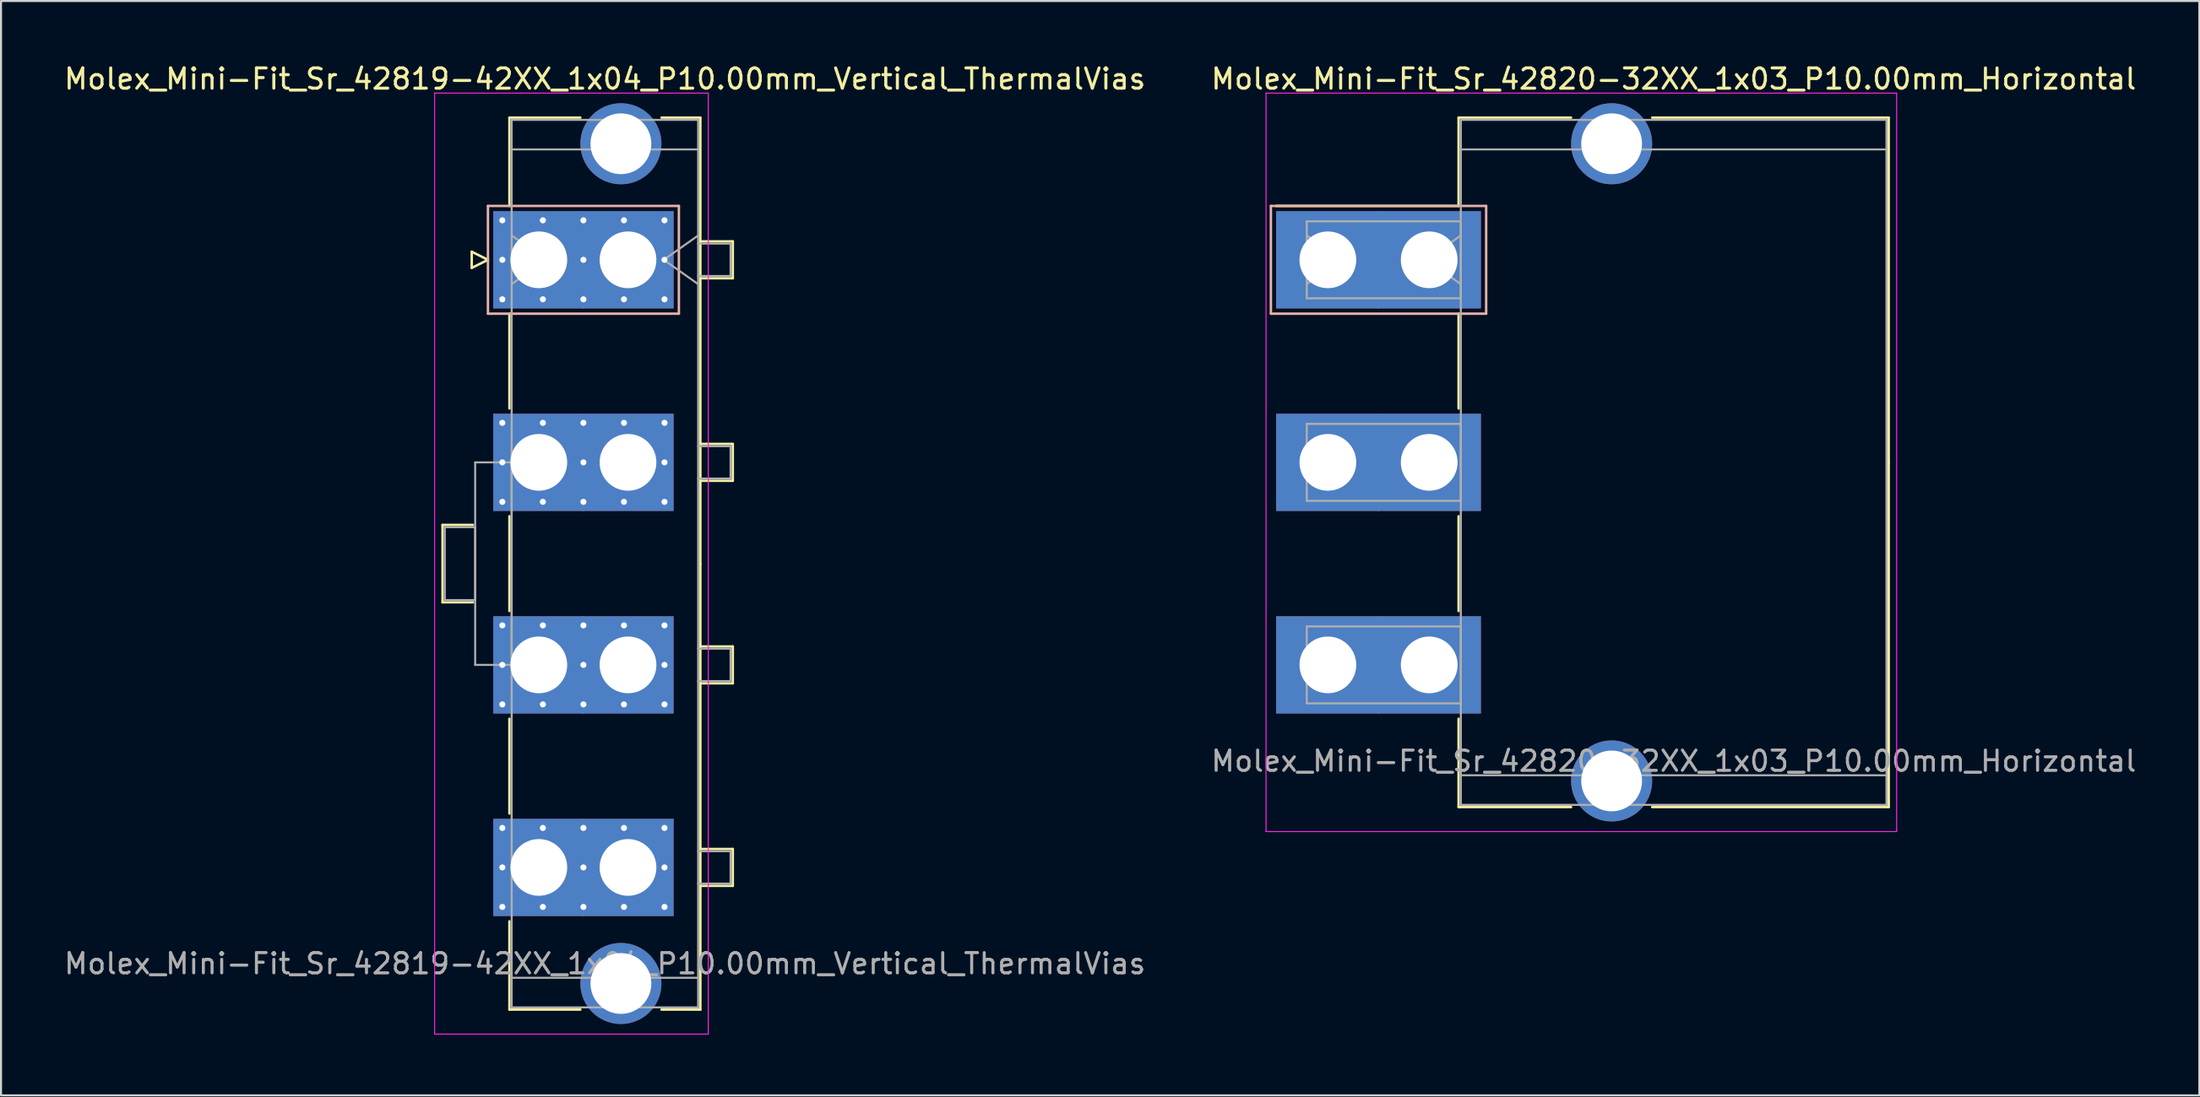
<source format=kicad_pcb>
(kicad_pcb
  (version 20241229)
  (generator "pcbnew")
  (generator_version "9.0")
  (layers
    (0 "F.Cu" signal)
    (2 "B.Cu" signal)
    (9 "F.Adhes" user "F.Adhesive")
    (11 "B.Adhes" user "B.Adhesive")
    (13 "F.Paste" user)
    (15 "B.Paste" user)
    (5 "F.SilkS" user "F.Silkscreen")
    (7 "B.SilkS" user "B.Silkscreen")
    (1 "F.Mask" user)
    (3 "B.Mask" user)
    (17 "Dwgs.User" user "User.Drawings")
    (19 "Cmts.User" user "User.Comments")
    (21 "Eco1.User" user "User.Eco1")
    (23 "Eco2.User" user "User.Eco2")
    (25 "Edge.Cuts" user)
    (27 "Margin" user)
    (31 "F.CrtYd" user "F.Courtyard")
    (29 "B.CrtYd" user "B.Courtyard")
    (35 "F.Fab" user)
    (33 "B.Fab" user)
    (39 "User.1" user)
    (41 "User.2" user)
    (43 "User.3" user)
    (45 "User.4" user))
  (footprint "Molex_Mini-Fit_Sr_42819-42XX_1x04_P10.00mm_Vertical_ThermalVias"
    (layer "F.Cu")
    (at 23.532 9.778)
    (property "Reference" "Molex_Mini-Fit_Sr_42819-42XX_1x04_P10.00mm_Vertical_ThermalVias" (at 3.26 -8.93 0) (layer "F.SilkS") (effects (font (size 1 1) (thickness 0.15))))
    (attr through_hole)
    (fp_line (start -4.75 13.09) (end -4.75 16.91) (stroke (width 0.12) (type solid)) (layer "F.SilkS"))
    (fp_line (start -4.75 16.91) (end -3.25 16.91) (stroke (width 0.12) (type solid)) (layer "F.SilkS"))
    (fp_line (start -3.31 -0.4) (end -3.31 0.4) (stroke (width 0.12) (type solid)) (layer "F.SilkS"))
    (fp_line (start -3.31 0.4) (end -2.51 0) (stroke (width 0.12) (type solid)) (layer "F.SilkS"))
    (fp_line (start -3.25 13.09) (end -4.75 13.09) (stroke (width 0.12) (type solid)) (layer "F.SilkS"))
    (fp_line (start -2.51 0) (end -3.31 -0.4) (stroke (width 0.12) (type solid)) (layer "F.SilkS"))
    (fp_line (start -1.45 -7.02) (end 2.05 -7.02) (stroke (width 0.12) (type solid)) (layer "F.SilkS"))
    (fp_line (start -1.45 -2.66) (end -1.45 -7.02) (stroke (width 0.12) (type solid)) (layer "F.SilkS"))
    (fp_line (start -1.45 2.66) (end -1.45 7.34) (stroke (width 0.12) (type solid)) (layer "F.SilkS"))
    (fp_line (start -1.45 12.66) (end -1.45 17.34) (stroke (width 0.12) (type solid)) (layer "F.SilkS"))
    (fp_line (start -1.45 22.66) (end -1.45 27.34) (stroke (width 0.12) (type solid)) (layer "F.SilkS"))
    (fp_line (start -1.45 32.66) (end -1.45 37.02) (stroke (width 0.12) (type solid)) (layer "F.SilkS"))
    (fp_line (start -1.45 37.02) (end 2.05 37.02) (stroke (width 0.12) (type solid)) (layer "F.SilkS"))
    (fp_line (start 6.05 -7.02) (end 7.97 -7.02) (stroke (width 0.12) (type solid)) (layer "F.SilkS"))
    (fp_line (start 6.05 37.02) (end 7.97 37.02) (stroke (width 0.12) (type solid)) (layer "F.SilkS"))
    (fp_line (start 7.97 -7.02) (end 7.97 15) (stroke (width 0.12) (type solid)) (layer "F.SilkS"))
    (fp_line (start 7.97 -0.91) (end 9.57 -0.91) (stroke (width 0.12) (type solid)) (layer "F.SilkS"))
    (fp_line (start 7.97 9.09) (end 9.57 9.09) (stroke (width 0.12) (type solid)) (layer "F.SilkS"))
    (fp_line (start 7.97 19.09) (end 9.57 19.09) (stroke (width 0.12) (type solid)) (layer "F.SilkS"))
    (fp_line (start 7.97 29.09) (end 9.57 29.09) (stroke (width 0.12) (type solid)) (layer "F.SilkS"))
    (fp_line (start 7.97 37.02) (end 7.97 15) (stroke (width 0.12) (type solid)) (layer "F.SilkS"))
    (fp_line (start 9.57 -0.91) (end 9.57 0.91) (stroke (width 0.12) (type solid)) (layer "F.SilkS"))
    (fp_line (start 9.57 0.91) (end 7.97 0.91) (stroke (width 0.12) (type solid)) (layer "F.SilkS"))
    (fp_line (start 9.57 9.09) (end 9.57 10.91) (stroke (width 0.12) (type solid)) (layer "F.SilkS"))
    (fp_line (start 9.57 10.91) (end 7.97 10.91) (stroke (width 0.12) (type solid)) (layer "F.SilkS"))
    (fp_line (start 9.57 19.09) (end 9.57 20.91) (stroke (width 0.12) (type solid)) (layer "F.SilkS"))
    (fp_line (start 9.57 20.91) (end 7.97 20.91) (stroke (width 0.12) (type solid)) (layer "F.SilkS"))
    (fp_line (start 9.57 29.09) (end 9.57 30.91) (stroke (width 0.12) (type solid)) (layer "F.SilkS"))
    (fp_line (start 9.57 30.91) (end 7.97 30.91) (stroke (width 0.12) (type solid)) (layer "F.SilkS"))
    (fp_line (start -2.51 -2.66) (end -2.51 2.66) (stroke (width 0.12) (type solid)) (layer "B.SilkS"))
    (fp_line (start -2.51 2.66) (end 6.91 2.66) (stroke (width 0.12) (type solid)) (layer "B.SilkS"))
    (fp_line (start 6.91 -2.66) (end -2.51 -2.66) (stroke (width 0.12) (type solid)) (layer "B.SilkS"))
    (fp_line (start 6.91 2.66) (end 6.91 -2.66) (stroke (width 0.12) (type solid)) (layer "B.SilkS"))
    (fp_line (start -5.14 -8.23) (end -5.14 38.23) (stroke (width 0.05) (type solid)) (layer "F.CrtYd"))
    (fp_line (start -5.14 38.23) (end 8.36 38.23) (stroke (width 0.05) (type solid)) (layer "F.CrtYd"))
    (fp_line (start 8.36 -8.23) (end -5.14 -8.23) (stroke (width 0.05) (type solid)) (layer "F.CrtYd"))
    (fp_line (start 8.36 38.23) (end 8.36 -8.23) (stroke (width 0.05) (type solid)) (layer "F.CrtYd"))
    (fp_line (start -4.64 13.2) (end -3.14 13.2) (stroke (width 0.1) (type solid)) (layer "F.Fab"))
    (fp_line (start -4.64 16.8) (end -4.64 13.2) (stroke (width 0.1) (type solid)) (layer "F.Fab"))
    (fp_line (start -3.14 10) (end -1.34 10) (stroke (width 0.1) (type solid)) (layer "F.Fab"))
    (fp_line (start -3.14 13.2) (end -3.14 16.8) (stroke (width 0.1) (type solid)) (layer "F.Fab"))
    (fp_line (start -3.14 16.8) (end -4.64 16.8) (stroke (width 0.1) (type solid)) (layer "F.Fab"))
    (fp_line (start -3.14 20) (end -3.14 10) (stroke (width 0.1) (type solid)) (layer "F.Fab"))
    (fp_line (start -1.34 -6.91) (end -1.34 36.91) (stroke (width 0.1) (type solid)) (layer "F.Fab"))
    (fp_line (start -1.34 -5.45) (end 7.86 -5.45) (stroke (width 0.1) (type solid)) (layer "F.Fab"))
    (fp_line (start -1.34 -1.2) (end 0.357 0) (stroke (width 0.1) (type solid)) (layer "F.Fab"))
    (fp_line (start -1.34 10) (end -1.34 20) (stroke (width 0.1) (type solid)) (layer "F.Fab"))
    (fp_line (start -1.34 20) (end -3.14 20) (stroke (width 0.1) (type solid)) (layer "F.Fab"))
    (fp_line (start -1.34 35.45) (end 7.86 35.45) (stroke (width 0.1) (type solid)) (layer "F.Fab"))
    (fp_line (start -1.34 36.91) (end 7.86 36.91) (stroke (width 0.1) (type solid)) (layer "F.Fab"))
    (fp_line (start 0.357 0) (end -1.34 1.2) (stroke (width 0.1) (type solid)) (layer "F.Fab"))
    (fp_line (start 6.163 0) (end 7.86 1.2) (stroke (width 0.1) (type solid)) (layer "F.Fab"))
    (fp_line (start 7.86 -6.91) (end -1.34 -6.91) (stroke (width 0.1) (type solid)) (layer "F.Fab"))
    (fp_line (start 7.86 -1.2) (end 6.163 0) (stroke (width 0.1) (type solid)) (layer "F.Fab"))
    (fp_line (start 7.86 -0.8) (end 9.46 -0.8) (stroke (width 0.1) (type solid)) (layer "F.Fab"))
    (fp_line (start 7.86 9.2) (end 9.46 9.2) (stroke (width 0.1) (type solid)) (layer "F.Fab"))
    (fp_line (start 7.86 19.2) (end 9.46 19.2) (stroke (width 0.1) (type solid)) (layer "F.Fab"))
    (fp_line (start 7.86 29.2) (end 9.46 29.2) (stroke (width 0.1) (type solid)) (layer "F.Fab"))
    (fp_line (start 7.86 36.91) (end 7.86 -6.91) (stroke (width 0.1) (type solid)) (layer "F.Fab"))
    (fp_line (start 9.46 -0.8) (end 9.46 0.8) (stroke (width 0.1) (type solid)) (layer "F.Fab"))
    (fp_line (start 9.46 0.8) (end 7.86 0.8) (stroke (width 0.1) (type solid)) (layer "F.Fab"))
    (fp_line (start 9.46 9.2) (end 9.46 10.8) (stroke (width 0.1) (type solid)) (layer "F.Fab"))
    (fp_line (start 9.46 10.8) (end 7.86 10.8) (stroke (width 0.1) (type solid)) (layer "F.Fab"))
    (fp_line (start 9.46 19.2) (end 9.46 20.8) (stroke (width 0.1) (type solid)) (layer "F.Fab"))
    (fp_line (start 9.46 20.8) (end 7.86 20.8) (stroke (width 0.1) (type solid)) (layer "F.Fab"))
    (fp_line (start 9.46 29.2) (end 9.46 30.8) (stroke (width 0.1) (type solid)) (layer "F.Fab"))
    (fp_line (start 9.46 30.8) (end 7.86 30.8) (stroke (width 0.1) (type solid)) (layer "F.Fab"))
    (fp_text user "${REFERENCE}" (at 3.26 34.75 0) (layer "F.Fab") (effects (font (size 1 1) (thickness 0.15))))
    (pad "" thru_hole circle (at 4.05 -5.73) (size 4 4) (drill 3) (layers "*.Cu" "*.Mask"))
    (pad "" thru_hole circle (at 4.05 35.73) (size 4 4) (drill 3) (layers "*.Cu" "*.Mask"))
    (pad "1" thru_hole rect (at -1.8 -1.95) (size 0.6 0.6) (drill 0.3) (layers "*.Cu" "*.Mask"))
    (pad "1" thru_hole rect (at -1.8 0) (size 0.6 0.6) (drill 0.3) (layers "*.Cu" "*.Mask"))
    (pad "1" thru_hole rect (at -1.8 1.95) (size 0.6 0.6) (drill 0.3) (layers "*.Cu" "*.Mask"))
    (pad "1" thru_hole rect (at 0 0) (size 4.5 4.8) (drill 2.8) (layers "*.Cu" "*.Mask"))
    (pad "1" thru_hole rect (at 0.2 -1.95) (size 0.6 0.6) (drill 0.3) (layers "*.Cu" "*.Mask"))
    (pad "1" thru_hole rect (at 0.2 1.95) (size 0.6 0.6) (drill 0.3) (layers "*.Cu" "*.Mask"))
    (pad "1" thru_hole rect (at 2.2 -1.95) (size 0.6 0.6) (drill 0.3) (layers "*.Cu" "*.Mask"))
    (pad "1" thru_hole rect (at 2.2 0) (size 0.6 0.6) (drill 0.3) (layers "*.Cu" "*.Mask"))
    (pad "1" thru_hole rect (at 2.2 1.95) (size 0.6 0.6) (drill 0.3) (layers "*.Cu" "*.Mask"))
    (pad "1" thru_hole rect (at 4.2 -1.95) (size 0.6 0.6) (drill 0.3) (layers "*.Cu" "*.Mask"))
    (pad "1" thru_hole rect (at 4.2 1.95) (size 0.6 0.6) (drill 0.3) (layers "*.Cu" "*.Mask"))
    (pad "1" thru_hole rect (at 4.4 0) (size 4.5 4.8) (drill 2.8) (layers "*.Cu" "*.Mask"))
    (pad "1" thru_hole rect (at 6.2 -1.95) (size 0.6 0.6) (drill 0.3) (layers "*.Cu" "*.Mask"))
    (pad "1" thru_hole rect (at 6.2 0) (size 0.6 0.6) (drill 0.3) (layers "*.Cu" "*.Mask"))
    (pad "1" thru_hole rect (at 6.2 1.95) (size 0.6 0.6) (drill 0.3) (layers "*.Cu" "*.Mask"))
    (pad "2" thru_hole circle (at -1.8 8.05) (size 0.6 0.6) (drill 0.3) (layers "*.Cu" "*.Mask"))
    (pad "2" thru_hole circle (at -1.8 10) (size 0.6 0.6) (drill 0.3) (layers "*.Cu" "*.Mask"))
    (pad "2" thru_hole circle (at -1.8 11.95) (size 0.6 0.6) (drill 0.3) (layers "*.Cu" "*.Mask"))
    (pad "2" thru_hole rect (at 0 10) (size 4.5 4.8) (drill 2.8) (layers "*.Cu" "*.Mask"))
    (pad "2" thru_hole circle (at 0.2 8.05) (size 0.6 0.6) (drill 0.3) (layers "*.Cu" "*.Mask"))
    (pad "2" thru_hole circle (at 0.2 11.95) (size 0.6 0.6) (drill 0.3) (layers "*.Cu" "*.Mask"))
    (pad "2" thru_hole circle (at 2.2 8.05) (size 0.6 0.6) (drill 0.3) (layers "*.Cu" "*.Mask"))
    (pad "2" thru_hole circle (at 2.2 10) (size 0.6 0.6) (drill 0.3) (layers "*.Cu" "*.Mask"))
    (pad "2" thru_hole circle (at 2.2 11.95) (size 0.6 0.6) (drill 0.3) (layers "*.Cu" "*.Mask"))
    (pad "2" thru_hole circle (at 4.2 8.05) (size 0.6 0.6) (drill 0.3) (layers "*.Cu" "*.Mask"))
    (pad "2" thru_hole circle (at 4.2 11.95) (size 0.6 0.6) (drill 0.3) (layers "*.Cu" "*.Mask"))
    (pad "2" thru_hole rect (at 4.4 10) (size 4.5 4.8) (drill 2.8) (layers "*.Cu" "*.Mask"))
    (pad "2" thru_hole circle (at 6.2 8.05) (size 0.6 0.6) (drill 0.3) (layers "*.Cu" "*.Mask"))
    (pad "2" thru_hole circle (at 6.2 10) (size 0.6 0.6) (drill 0.3) (layers "*.Cu" "*.Mask"))
    (pad "2" thru_hole circle (at 6.2 11.95) (size 0.6 0.6) (drill 0.3) (layers "*.Cu" "*.Mask"))
    (pad "3" thru_hole circle (at -1.8 18.05) (size 0.6 0.6) (drill 0.3) (layers "*.Cu" "*.Mask"))
    (pad "3" thru_hole circle (at -1.8 20) (size 0.6 0.6) (drill 0.3) (layers "*.Cu" "*.Mask"))
    (pad "3" thru_hole circle (at -1.8 21.95) (size 0.6 0.6) (drill 0.3) (layers "*.Cu" "*.Mask"))
    (pad "3" thru_hole rect (at 0 20) (size 4.5 4.8) (drill 2.8) (layers "*.Cu" "*.Mask"))
    (pad "3" thru_hole circle (at 0.2 18.05) (size 0.6 0.6) (drill 0.3) (layers "*.Cu" "*.Mask"))
    (pad "3" thru_hole circle (at 0.2 21.95) (size 0.6 0.6) (drill 0.3) (layers "*.Cu" "*.Mask"))
    (pad "3" thru_hole circle (at 2.2 18.05) (size 0.6 0.6) (drill 0.3) (layers "*.Cu" "*.Mask"))
    (pad "3" thru_hole circle (at 2.2 20) (size 0.6 0.6) (drill 0.3) (layers "*.Cu" "*.Mask"))
    (pad "3" thru_hole circle (at 2.2 21.95) (size 0.6 0.6) (drill 0.3) (layers "*.Cu" "*.Mask"))
    (pad "3" thru_hole circle (at 4.2 18.05) (size 0.6 0.6) (drill 0.3) (layers "*.Cu" "*.Mask"))
    (pad "3" thru_hole circle (at 4.2 21.95) (size 0.6 0.6) (drill 0.3) (layers "*.Cu" "*.Mask"))
    (pad "3" thru_hole rect (at 4.4 20) (size 4.5 4.8) (drill 2.8) (layers "*.Cu" "*.Mask"))
    (pad "3" thru_hole circle (at 6.2 18.05) (size 0.6 0.6) (drill 0.3) (layers "*.Cu" "*.Mask"))
    (pad "3" thru_hole circle (at 6.2 20) (size 0.6 0.6) (drill 0.3) (layers "*.Cu" "*.Mask"))
    (pad "3" thru_hole circle (at 6.2 21.95) (size 0.6 0.6) (drill 0.3) (layers "*.Cu" "*.Mask"))
    (pad "4" thru_hole circle (at -1.8 28.05) (size 0.6 0.6) (drill 0.3) (layers "*.Cu" "*.Mask"))
    (pad "4" thru_hole circle (at -1.8 30) (size 0.6 0.6) (drill 0.3) (layers "*.Cu" "*.Mask"))
    (pad "4" thru_hole circle (at -1.8 31.95) (size 0.6 0.6) (drill 0.3) (layers "*.Cu" "*.Mask"))
    (pad "4" thru_hole rect (at 0 30) (size 4.5 4.8) (drill 2.8) (layers "*.Cu" "*.Mask"))
    (pad "4" thru_hole circle (at 0.2 28.05) (size 0.6 0.6) (drill 0.3) (layers "*.Cu" "*.Mask"))
    (pad "4" thru_hole circle (at 0.2 31.95) (size 0.6 0.6) (drill 0.3) (layers "*.Cu" "*.Mask"))
    (pad "4" thru_hole circle (at 2.2 28.05) (size 0.6 0.6) (drill 0.3) (layers "*.Cu" "*.Mask"))
    (pad "4" thru_hole circle (at 2.2 30) (size 0.6 0.6) (drill 0.3) (layers "*.Cu" "*.Mask"))
    (pad "4" thru_hole circle (at 2.2 31.95) (size 0.6 0.6) (drill 0.3) (layers "*.Cu" "*.Mask"))
    (pad "4" thru_hole circle (at 4.2 28.05) (size 0.6 0.6) (drill 0.3) (layers "*.Cu" "*.Mask"))
    (pad "4" thru_hole circle (at 4.2 31.95) (size 0.6 0.6) (drill 0.3) (layers "*.Cu" "*.Mask"))
    (pad "4" thru_hole rect (at 4.4 30) (size 4.5 4.8) (drill 2.8) (layers "*.Cu" "*.Mask"))
    (pad "4" thru_hole circle (at 6.2 28.05) (size 0.6 0.6) (drill 0.3) (layers "*.Cu" "*.Mask"))
    (pad "4" thru_hole circle (at 6.2 30) (size 0.6 0.6) (drill 0.3) (layers "*.Cu" "*.Mask"))
    (pad "4" thru_hole circle (at 6.2 31.95) (size 0.6 0.6) (drill 0.3) (layers "*.Cu" "*.Mask")))
  (footprint "Molex_Mini-Fit_Sr_42820-32XX_1x03_P10.00mm_Horizontal"
    (layer "F.Cu")
    (at 62.458 9.778)
    (property "Reference" "Molex_Mini-Fit_Sr_42820-32XX_1x03_P10.00mm_Horizontal" (at 17.06 -8.93 0) (layer "F.SilkS") (effects (font (size 1 1) (thickness 0.15))))
    (attr through_hole)
    (fp_line (start 6.45 -7.02) (end 12 -7.02) (stroke (width 0.12) (type solid)) (layer "F.SilkS"))
    (fp_line (start 6.45 -2.66) (end -2.55 -2.66) (stroke (width 0.12) (type solid)) (layer "F.SilkS"))
    (fp_line (start 6.45 -2.66) (end 6.45 -7.02) (stroke (width 0.12) (type solid)) (layer "F.SilkS"))
    (fp_line (start 6.45 2.66) (end 6.45 7.34) (stroke (width 0.12) (type solid)) (layer "F.SilkS"))
    (fp_line (start 6.45 12.66) (end 6.45 17.34) (stroke (width 0.12) (type solid)) (layer "F.SilkS"))
    (fp_line (start 6.45 22.66) (end 6.45 27.02) (stroke (width 0.12) (type solid)) (layer "F.SilkS"))
    (fp_line (start 6.45 27.02) (end 12 27.02) (stroke (width 0.12) (type solid)) (layer "F.SilkS"))
    (fp_line (start 16 -7.02) (end 27.67 -7.02) (stroke (width 0.12) (type solid)) (layer "F.SilkS"))
    (fp_line (start 16 27.02) (end 27.67 27.02) (stroke (width 0.12) (type solid)) (layer "F.SilkS"))
    (fp_line (start 27.67 -7.02) (end 27.67 10) (stroke (width 0.12) (type solid)) (layer "F.SilkS"))
    (fp_line (start 27.67 27.02) (end 27.67 10) (stroke (width 0.12) (type solid)) (layer "F.SilkS"))
    (fp_line (start -2.81 -2.66) (end -2.81 2.66) (stroke (width 0.12) (type solid)) (layer "B.SilkS"))
    (fp_line (start -2.81 2.66) (end 7.81 2.66) (stroke (width 0.12) (type solid)) (layer "B.SilkS"))
    (fp_line (start 7.81 -2.66) (end -2.81 -2.66) (stroke (width 0.12) (type solid)) (layer "B.SilkS"))
    (fp_line (start 7.81 2.66) (end 7.81 -2.66) (stroke (width 0.12) (type solid)) (layer "B.SilkS"))
    (fp_line (start -3.05 -8.23) (end -3.05 28.23) (stroke (width 0.05) (type solid)) (layer "F.CrtYd"))
    (fp_line (start -3.05 28.23) (end 28.06 28.23) (stroke (width 0.05) (type solid)) (layer "F.CrtYd"))
    (fp_line (start 28.06 -8.23) (end -3.05 -8.23) (stroke (width 0.05) (type solid)) (layer "F.CrtYd"))
    (fp_line (start 28.06 28.23) (end 28.06 -8.23) (stroke (width 0.05) (type solid)) (layer "F.CrtYd"))
    (fp_line (start -1.04 -1.9) (end 6.56 -1.9) (stroke (width 0.1) (type solid)) (layer "F.Fab"))
    (fp_line (start -1.04 -1.2) (end 0.657 0) (stroke (width 0.1) (type solid)) (layer "F.Fab"))
    (fp_line (start -1.04 1.9) (end -1.04 -1.9) (stroke (width 0.1) (type solid)) (layer "F.Fab"))
    (fp_line (start -1.04 8.1) (end 6.56 8.1) (stroke (width 0.1) (type solid)) (layer "F.Fab"))
    (fp_line (start -1.04 11.9) (end -1.04 8.1) (stroke (width 0.1) (type solid)) (layer "F.Fab"))
    (fp_line (start -1.04 18.1) (end 6.56 18.1) (stroke (width 0.1) (type solid)) (layer "F.Fab"))
    (fp_line (start -1.04 21.9) (end -1.04 18.1) (stroke (width 0.1) (type solid)) (layer "F.Fab"))
    (fp_line (start 0.657 0) (end -1.04 1.2) (stroke (width 0.1) (type solid)) (layer "F.Fab"))
    (fp_line (start 4.863 0) (end 6.56 1.2) (stroke (width 0.1) (type solid)) (layer "F.Fab"))
    (fp_line (start 6.56 -6.91) (end 6.56 26.91) (stroke (width 0.1) (type solid)) (layer "F.Fab"))
    (fp_line (start 6.56 -5.45) (end 27.56 -5.45) (stroke (width 0.1) (type solid)) (layer "F.Fab"))
    (fp_line (start 6.56 -1.9) (end 6.56 1.9) (stroke (width 0.1) (type solid)) (layer "F.Fab"))
    (fp_line (start 6.56 -1.2) (end 4.863 0) (stroke (width 0.1) (type solid)) (layer "F.Fab"))
    (fp_line (start 6.56 1.9) (end -1.04 1.9) (stroke (width 0.1) (type solid)) (layer "F.Fab"))
    (fp_line (start 6.56 8.1) (end 6.56 11.9) (stroke (width 0.1) (type solid)) (layer "F.Fab"))
    (fp_line (start 6.56 11.9) (end -1.04 11.9) (stroke (width 0.1) (type solid)) (layer "F.Fab"))
    (fp_line (start 6.56 18.1) (end 6.56 21.9) (stroke (width 0.1) (type solid)) (layer "F.Fab"))
    (fp_line (start 6.56 21.9) (end -1.04 21.9) (stroke (width 0.1) (type solid)) (layer "F.Fab"))
    (fp_line (start 6.56 25.45) (end 27.56 25.45) (stroke (width 0.1) (type solid)) (layer "F.Fab"))
    (fp_line (start 6.56 26.91) (end 27.56 26.91) (stroke (width 0.1) (type solid)) (layer "F.Fab"))
    (fp_line (start 27.56 -6.91) (end 6.56 -6.91) (stroke (width 0.1) (type solid)) (layer "F.Fab"))
    (fp_line (start 27.56 26.91) (end 27.56 -6.91) (stroke (width 0.1) (type solid)) (layer "F.Fab"))
    (fp_text user "${REFERENCE}" (at 17.06 24.75 0) (layer "F.Fab") (effects (font (size 1 1) (thickness 0.15))))
    (pad "" thru_hole circle (at 14 -5.73) (size 4 4) (drill 3) (layers "*.Cu" "*.Mask"))
    (pad "" thru_hole circle (at 14 25.73) (size 4 4) (drill 3) (layers "*.Cu" "*.Mask"))
    (pad "1" thru_hole rect (at 0 0) (size 5.1 4.8) (drill 2.8) (layers "*.Cu" "*.Mask"))
    (pad "1" thru_hole rect (at 5 0) (size 5.1 4.8) (drill 2.8) (layers "*.Cu" "*.Mask"))
    (pad "2" thru_hole rect (at 0 10) (size 5.1 4.8) (drill 2.8) (layers "*.Cu" "*.Mask"))
    (pad "2" thru_hole rect (at 5 10) (size 5.1 4.8) (drill 2.8) (layers "*.Cu" "*.Mask"))
    (pad "3" thru_hole rect (at 0 20) (size 5.1 4.8) (drill 2.8) (layers "*.Cu" "*.Mask"))
    (pad "3" thru_hole rect (at 5 20) (size 5.1 4.8) (drill 2.8) (layers "*.Cu" "*.Mask")))
  (gr_rect
    (start -3 -3)
    (end 105.452 51.033)
    (stroke (width 0.1) (type default))
    (fill no)
    (layer "Edge.Cuts")))
</source>
